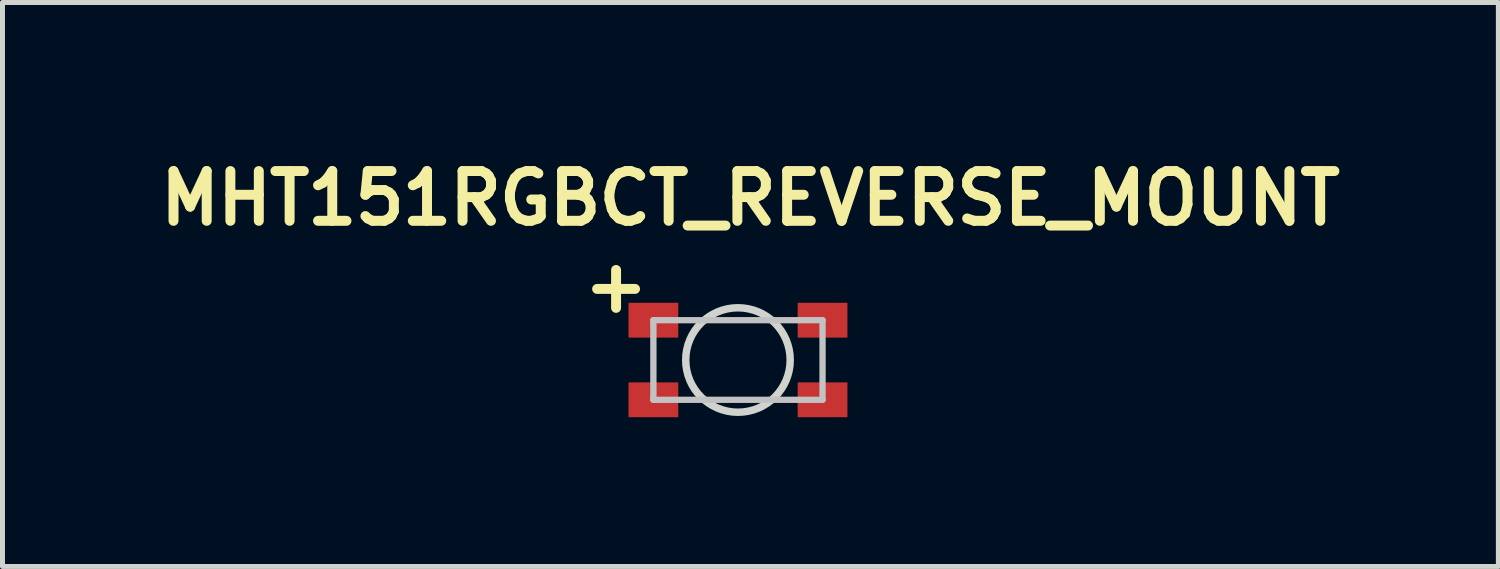
<source format=kicad_pcb>
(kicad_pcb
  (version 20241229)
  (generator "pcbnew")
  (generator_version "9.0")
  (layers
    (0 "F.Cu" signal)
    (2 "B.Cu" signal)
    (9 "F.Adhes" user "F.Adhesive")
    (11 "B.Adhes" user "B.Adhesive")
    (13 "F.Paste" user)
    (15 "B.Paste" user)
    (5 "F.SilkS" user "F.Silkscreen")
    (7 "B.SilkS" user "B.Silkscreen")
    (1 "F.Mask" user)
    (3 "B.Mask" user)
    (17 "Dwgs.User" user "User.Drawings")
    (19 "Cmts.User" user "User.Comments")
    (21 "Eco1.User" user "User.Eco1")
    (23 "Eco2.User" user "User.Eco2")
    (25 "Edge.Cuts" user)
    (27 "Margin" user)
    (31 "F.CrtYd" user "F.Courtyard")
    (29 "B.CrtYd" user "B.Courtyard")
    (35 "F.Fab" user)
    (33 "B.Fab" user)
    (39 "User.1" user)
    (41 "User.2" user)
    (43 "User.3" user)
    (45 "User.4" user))
  (footprint "MHT151RGBCT_REVERSE_MOUNT"
    (layer "F.Cu")
    (at 11.783 4.186)
    (property "Reference" "MHT151RGBCT_REVERSE_MOUNT" (at 0.25 -3.25 0) (layer "F.SilkS") (effects (font (size 1 1) (thickness 0.2))))
    (attr through_hole)
    (fp_line (start -1.7 -0.8) (end 1.7 -0.8) (stroke (width 0.127) (type solid)) (layer "Dwgs.User"))
    (fp_line (start -1.7 0.8) (end -1.7 -0.8) (stroke (width 0.127) (type solid)) (layer "Dwgs.User"))
    (fp_line (start 1.7 -0.8) (end 1.7 0.8) (stroke (width 0.127) (type solid)) (layer "Dwgs.User"))
    (fp_line (start 1.7 0.8) (end -1.7 0.8) (stroke (width 0.127) (type solid)) (layer "Dwgs.User"))
    (fp_circle (center 0 0) (end 1.05 0) (stroke (width 0.15) (type solid)) (fill no) (layer "Edge.Cuts"))
    (fp_text user "+" (at -2.45 -1.5 0) (unlocked yes) (layer "F.SilkS") (effects (font (size 1 1) (thickness 0.2))))
    (pad "2" smd rect (at -1.7 0.8) (size 1 0.7) (layers "F.Cu" "F.Mask" "F.Paste"))
    (pad "3" smd rect (at 1.7 0.8) (size 1 0.7) (layers "F.Cu" "F.Mask" "F.Paste"))
    (pad "4" smd rect (at 1.7 -0.8) (size 1 0.7) (layers "F.Cu" "F.Mask" "F.Paste"))
    (pad "COMMON_ANODE" smd rect (at -1.7 -0.8) (size 1 0.7) (layers "F.Cu" "F.Mask" "F.Paste")))
  (gr_rect
    (start -3 -3)
    (end 27.067 8.336)
    (stroke (width 0.1) (type default))
    (fill no)
    (layer "Edge.Cuts")))
</source>
